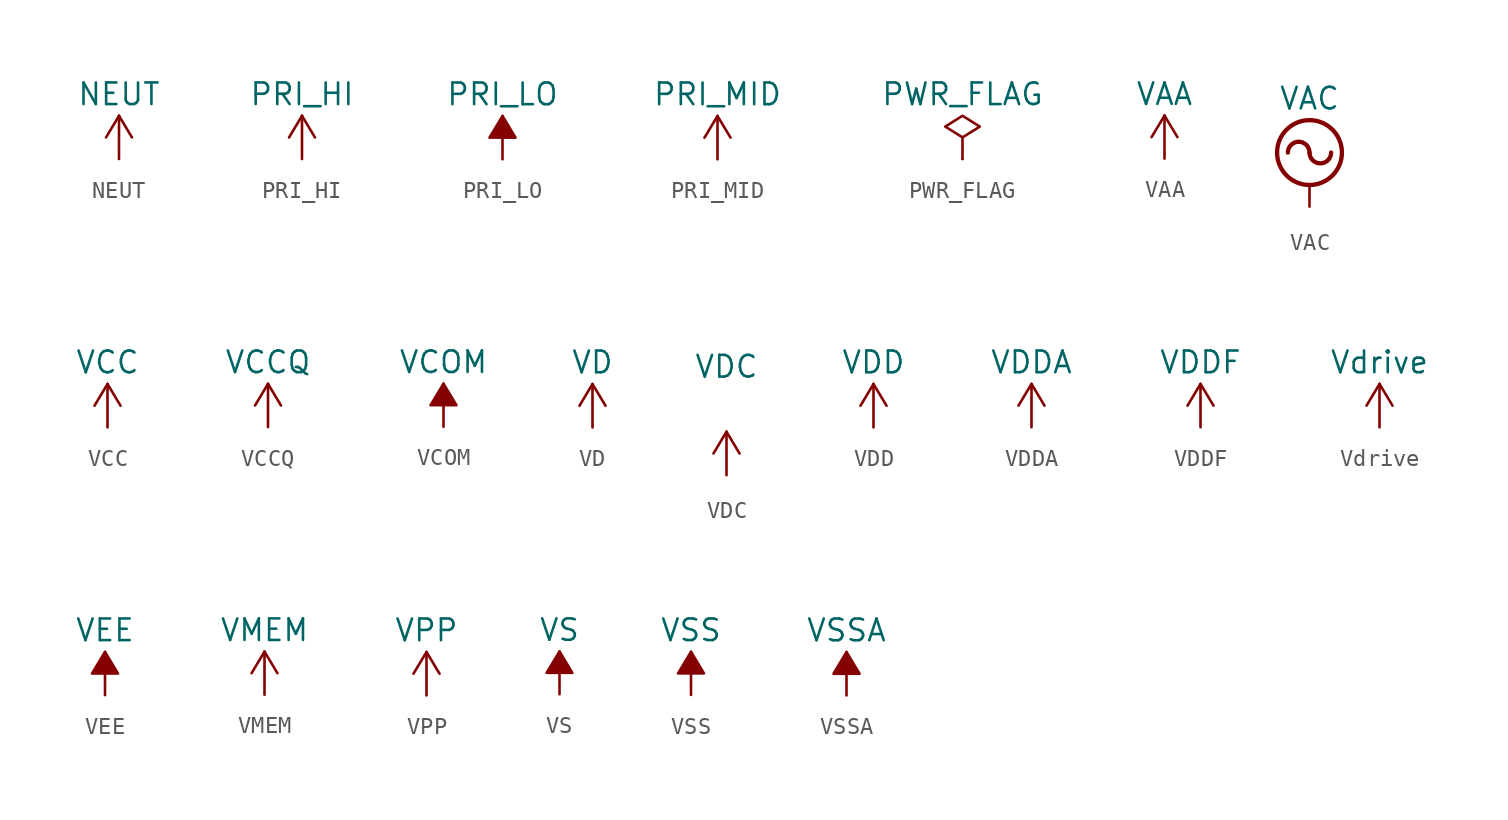
<source format=kicad_sym>
(kicad_symbol_lib
  (version 20201005)
  (generator kicad_symbol_editor)
  (symbol "power:NEUT"
    (power)
    (pin_names
      (offset 0))
    (property "Reference" "#PWR"
      (at 0 -3.81 0)
      (effects (font (size 1.27 1.27)) hide))
    (property "Value" "NEUT"
      (at 0 3.81 0)
      (effects (font (size 1.27 1.27))))
    (symbol "NEUT_0_1"
      (polyline (pts (xy -0.762 1.27) (xy 0 2.54)) (stroke (width 0)) (fill (type none)))
      (polyline (pts (xy 0 0) (xy 0 2.54)) (stroke (width 0)) (fill (type none)))
      (polyline (pts (xy 0 2.54) (xy 0.762 1.27)) (stroke (width 0)) (fill (type none))))
    (symbol "NEUT_1_1"
      (pin power_in line (at 0 0 90) (length 0) hide (name "NEUT" (effects (font (size 1.27 1.27)))) (number "1" (effects (font (size 1.27 1.27)))))))
  (symbol "power:PRI_HI"
    (power)
    (pin_names
      (offset 0))
    (property "Reference" "#PWR"
      (at 0 -3.81 0)
      (effects (font (size 1.27 1.27)) hide))
    (property "Value" "PRI_HI"
      (at 0 3.81 0)
      (effects (font (size 1.27 1.27))))
    (symbol "PRI_HI_0_1"
      (polyline (pts (xy -0.762 1.27) (xy 0 2.54)) (stroke (width 0)) (fill (type none)))
      (polyline (pts (xy 0 0) (xy 0 2.54)) (stroke (width 0)) (fill (type none)))
      (polyline (pts (xy 0 2.54) (xy 0.762 1.27)) (stroke (width 0)) (fill (type none))))
    (symbol "PRI_HI_1_1"
      (pin power_in line (at 0 0 90) (length 0) hide (name "PRI_HI" (effects (font (size 1.27 1.27)))) (number "1" (effects (font (size 1.27 1.27)))))))
  (symbol "power:PRI_LO"
    (power)
    (pin_names
      (offset 0))
    (property "Reference" "#PWR"
      (at 0 -3.81 0)
      (effects (font (size 1.27 1.27)) hide))
    (property "Value" "PRI_LO"
      (at 0 3.81 0)
      (effects (font (size 1.27 1.27))))
    (symbol "PRI_LO_0_1"
      (polyline (pts (xy 0 0) (xy 0 2.54)) (stroke (width 0)) (fill (type none)))
      (polyline (pts (xy 0.762 1.27) (xy -0.762 1.27) (xy 0 2.54) (xy 0.762 1.27)) (stroke (width 0)) (fill (type outline))))
    (symbol "PRI_LO_1_1"
      (pin power_in line (at 0 0 90) (length 0) hide (name "PRI_LO" (effects (font (size 1.27 1.27)))) (number "1" (effects (font (size 1.27 1.27)))))))
  (symbol "power:PRI_MID"
    (power)
    (pin_names
      (offset 0))
    (property "Reference" "#PWR"
      (at 0 -3.81 0)
      (effects (font (size 1.27 1.27)) hide))
    (property "Value" "PRI_MID"
      (at 0 3.81 0)
      (effects (font (size 1.27 1.27))))
    (symbol "PRI_MID_0_1"
      (polyline (pts (xy -0.762 1.27) (xy 0 2.54)) (stroke (width 0)) (fill (type none)))
      (polyline (pts (xy 0 0) (xy 0 2.54)) (stroke (width 0)) (fill (type none)))
      (polyline (pts (xy 0 2.54) (xy 0.762 1.27)) (stroke (width 0)) (fill (type none))))
    (symbol "PRI_MID_1_1"
      (pin power_in line (at 0 0 90) (length 0) hide (name "PRI_MID" (effects (font (size 1.27 1.27)))) (number "1" (effects (font (size 1.27 1.27)))))))
  (symbol "power:PWR_FLAG"
    (power)
    (pin_numbers hide)
    (pin_names
      (offset 0) hide)
    (property "Reference" "#FLG"
      (at 0 1.905 0)
      (effects (font (size 1.27 1.27)) hide))
    (property "Value" "PWR_FLAG"
      (at 0 3.81 0)
      (effects (font (size 1.27 1.27))))
    (symbol "PWR_FLAG_0_0"
      (pin power_out line (at 0 0 90) (length 0) (name "pwr" (effects (font (size 1.27 1.27)))) (number "1" (effects (font (size 1.27 1.27))))))
    (symbol "PWR_FLAG_0_1"
      (polyline (pts (xy 0 0) (xy 0 1.27) (xy -1.016 1.905) (xy 0 2.54) (xy 1.016 1.905) (xy 0 1.27)) (stroke (width 0)) (fill (type none)))))
  (symbol "power:VAA"
    (power)
    (pin_names
      (offset 0))
    (property "Reference" "#PWR"
      (at 0 -3.81 0)
      (effects (font (size 1.27 1.27)) hide))
    (property "Value" "VAA"
      (at 0 3.81 0)
      (effects (font (size 1.27 1.27))))
    (symbol "VAA_0_1"
      (polyline (pts (xy -0.762 1.27) (xy 0 2.54)) (stroke (width 0)) (fill (type none)))
      (polyline (pts (xy 0 0) (xy 0 2.54)) (stroke (width 0)) (fill (type none)))
      (polyline (pts (xy 0 2.54) (xy 0.762 1.27)) (stroke (width 0)) (fill (type none))))
    (symbol "VAA_1_1"
      (pin power_in line (at 0 0 90) (length 0) hide (name "VAA" (effects (font (size 1.27 1.27)))) (number "1" (effects (font (size 1.27 1.27)))))))
  (symbol "power:VAC"
    (power)
    (pin_names
      (offset 0))
    (property "Reference" "#PWR"
      (at 0 -2.54 0)
      (effects (font (size 1.27 1.27)) hide))
    (property "Value" "VAC"
      (at 0 6.35 0)
      (effects (font (size 1.27 1.27))))
    (symbol "VAC_0_1"
      (arc (start 0 3.175) (end -1.27 3.175) (radius (at -0.635 3.175) (length 0.635) (angles 0.1 179.9)) (stroke (width 0.254)) (fill (type none)))
      (arc (start 0 3.175) (end 1.27 3.175) (radius (at 0.635 3.175) (length 0.635) (angles -179.9 -0.1)) (stroke (width 0.254)) (fill (type none)))
      (circle (center 0 3.175) (radius 1.905) (stroke (width 0.254)) (fill (type none)))
      (polyline (pts (xy 0 0) (xy 0 1.27)) (stroke (width 0)) (fill (type none))))
    (symbol "VAC_1_1"
      (pin power_in line (at 0 0 90) (length 0) hide (name "VAC" (effects (font (size 1.27 1.27)))) (number "1" (effects (font (size 1.27 1.27)))))))
  (symbol "power:VCC"
    (power)
    (pin_names
      (offset 0))
    (property "Reference" "#PWR"
      (at 0 -3.81 0)
      (effects (font (size 1.27 1.27)) hide))
    (property "Value" "VCC"
      (at 0 3.81 0)
      (effects (font (size 1.27 1.27))))
    (symbol "VCC_0_1"
      (polyline (pts (xy -0.762 1.27) (xy 0 2.54)) (stroke (width 0)) (fill (type none)))
      (polyline (pts (xy 0 0) (xy 0 2.54)) (stroke (width 0)) (fill (type none)))
      (polyline (pts (xy 0 2.54) (xy 0.762 1.27)) (stroke (width 0)) (fill (type none))))
    (symbol "VCC_1_1"
      (pin power_in line (at 0 0 90) (length 0) hide (name "VCC" (effects (font (size 1.27 1.27)))) (number "1" (effects (font (size 1.27 1.27)))))))
  (symbol "power:VCCQ"
    (power)
    (pin_names
      (offset 0))
    (property "Reference" "#PWR"
      (at 0 -3.81 0)
      (effects (font (size 1.27 1.27)) hide))
    (property "Value" "VCCQ"
      (at 0 3.81 0)
      (effects (font (size 1.27 1.27))))
    (symbol "VCCQ_0_1"
      (polyline (pts (xy -0.762 1.27) (xy 0 2.54)) (stroke (width 0)) (fill (type none)))
      (polyline (pts (xy 0 0) (xy 0 2.54)) (stroke (width 0)) (fill (type none)))
      (polyline (pts (xy 0 2.54) (xy 0.762 1.27)) (stroke (width 0)) (fill (type none))))
    (symbol "VCCQ_1_1"
      (pin power_in line (at 0 0 90) (length 0) hide (name "VCCQ" (effects (font (size 1.27 1.27)))) (number "1" (effects (font (size 1.27 1.27)))))))
  (symbol "power:VCOM"
    (power)
    (pin_names
      (offset 0))
    (property "Reference" "#PWR"
      (at 0 -3.81 0)
      (effects (font (size 1.27 1.27)) hide))
    (property "Value" "VCOM"
      (at 0 3.81 0)
      (effects (font (size 1.27 1.27))))
    (symbol "VCOM_0_1"
      (polyline (pts (xy 0 0) (xy 0 2.54)) (stroke (width 0)) (fill (type none)))
      (polyline (pts (xy 0.762 1.27) (xy -0.762 1.27) (xy 0 2.54) (xy 0.762 1.27)) (stroke (width 0)) (fill (type outline))))
    (symbol "VCOM_1_1"
      (pin power_in line (at 0 0 90) (length 0) hide (name "VCOM" (effects (font (size 1.27 1.27)))) (number "1" (effects (font (size 1.27 1.27)))))))
  (symbol "power:VD"
    (power)
    (pin_names
      (offset 0))
    (property "Reference" "#PWR"
      (at 0 -3.81 0)
      (effects (font (size 1.27 1.27)) hide))
    (property "Value" "VD"
      (at 0 3.81 0)
      (effects (font (size 1.27 1.27))))
    (symbol "VD_0_1"
      (polyline (pts (xy -0.762 1.27) (xy 0 2.54)) (stroke (width 0)) (fill (type none)))
      (polyline (pts (xy 0 0) (xy 0 2.54)) (stroke (width 0)) (fill (type none)))
      (polyline (pts (xy 0 2.54) (xy 0.762 1.27)) (stroke (width 0)) (fill (type none))))
    (symbol "VD_1_1"
      (pin power_in line (at 0 0 90) (length 0) hide (name "VD" (effects (font (size 1.27 1.27)))) (number "1" (effects (font (size 1.27 1.27)))))))
  (symbol "power:VDC"
    (power)
    (pin_names
      (offset 0))
    (property "Reference" "#PWR"
      (at 0 -2.54 0)
      (effects (font (size 1.27 1.27)) hide))
    (property "Value" "VDC"
      (at 0 6.35 0)
      (effects (font (size 1.27 1.27))))
    (symbol "VDC_0_1"
      (polyline (pts (xy -0.762 1.27) (xy 0 2.54)) (stroke (width 0)) (fill (type none)))
      (polyline (pts (xy 0 0) (xy 0 2.54)) (stroke (width 0)) (fill (type none)))
      (polyline (pts (xy 0 2.54) (xy 0.762 1.27)) (stroke (width 0)) (fill (type none))))
    (symbol "VDC_1_1"
      (pin power_in line (at 0 0 90) (length 0) hide (name "VDC" (effects (font (size 1.27 1.27)))) (number "1" (effects (font (size 1.27 1.27)))))))
  (symbol "power:VDD"
    (power)
    (pin_names
      (offset 0))
    (property "Reference" "#PWR"
      (at 0 -3.81 0)
      (effects (font (size 1.27 1.27)) hide))
    (property "Value" "VDD"
      (at 0 3.81 0)
      (effects (font (size 1.27 1.27))))
    (symbol "VDD_0_1"
      (polyline (pts (xy -0.762 1.27) (xy 0 2.54)) (stroke (width 0)) (fill (type none)))
      (polyline (pts (xy 0 0) (xy 0 2.54)) (stroke (width 0)) (fill (type none)))
      (polyline (pts (xy 0 2.54) (xy 0.762 1.27)) (stroke (width 0)) (fill (type none))))
    (symbol "VDD_1_1"
      (pin power_in line (at 0 0 90) (length 0) hide (name "VDD" (effects (font (size 1.27 1.27)))) (number "1" (effects (font (size 1.27 1.27)))))))
  (symbol "power:VDDA"
    (power)
    (pin_names
      (offset 0))
    (property "Reference" "#PWR"
      (at 0 -3.81 0)
      (effects (font (size 1.27 1.27)) hide))
    (property "Value" "VDDA"
      (at 0 3.81 0)
      (effects (font (size 1.27 1.27))))
    (symbol "VDDA_0_1"
      (polyline (pts (xy -0.762 1.27) (xy 0 2.54)) (stroke (width 0)) (fill (type none)))
      (polyline (pts (xy 0 0) (xy 0 2.54)) (stroke (width 0)) (fill (type none)))
      (polyline (pts (xy 0 2.54) (xy 0.762 1.27)) (stroke (width 0)) (fill (type none))))
    (symbol "VDDA_1_1"
      (pin power_in line (at 0 0 90) (length 0) hide (name "VDDA" (effects (font (size 1.27 1.27)))) (number "1" (effects (font (size 1.27 1.27)))))))
  (symbol "power:VDDF"
    (power)
    (pin_names
      (offset 0))
    (property "Reference" "#PWR"
      (at 0 -3.81 0)
      (effects (font (size 1.27 1.27)) hide))
    (property "Value" "VDDF"
      (at 0 3.81 0)
      (effects (font (size 1.27 1.27))))
    (symbol "VDDF_0_1"
      (polyline (pts (xy -0.762 1.27) (xy 0 2.54)) (stroke (width 0)) (fill (type none)))
      (polyline (pts (xy 0 0) (xy 0 2.54)) (stroke (width 0)) (fill (type none)))
      (polyline (pts (xy 0 2.54) (xy 0.762 1.27)) (stroke (width 0)) (fill (type none))))
    (symbol "VDDF_1_1"
      (pin power_in line (at 0 0 90) (length 0) hide (name "VDDF" (effects (font (size 1.27 1.27)))) (number "1" (effects (font (size 1.27 1.27)))))))
  (symbol "power:Vdrive"
    (power)
    (pin_names
      (offset 0))
    (property "Reference" "#PWR"
      (at -5.08 -3.81 0)
      (effects (font (size 1.27 1.27)) hide))
    (property "Value" "Vdrive"
      (at 0 3.81 0)
      (effects (font (size 1.27 1.27))))
    (symbol "Vdrive_0_1"
      (polyline (pts (xy -0.762 1.27) (xy 0 2.54)) (stroke (width 0)) (fill (type none)))
      (polyline (pts (xy 0 0) (xy 0 2.54)) (stroke (width 0)) (fill (type none)))
      (polyline (pts (xy 0 2.54) (xy 0.762 1.27)) (stroke (width 0)) (fill (type none))))
    (symbol "Vdrive_1_1"
      (pin power_in line (at 0 0 90) (length 0) hide (name "Vdrive" (effects (font (size 1.27 1.27)))) (number "1" (effects (font (size 1.27 1.27)))))))
  (symbol "power:VEE"
    (power)
    (pin_names
      (offset 0))
    (property "Reference" "#PWR"
      (at 0 -3.81 0)
      (effects (font (size 1.27 1.27)) hide))
    (property "Value" "VEE"
      (at 0 3.81 0)
      (effects (font (size 1.27 1.27))))
    (symbol "VEE_0_1"
      (polyline (pts (xy 0 0) (xy 0 2.54)) (stroke (width 0)) (fill (type none)))
      (polyline (pts (xy 0.762 1.27) (xy -0.762 1.27) (xy 0 2.54) (xy 0.762 1.27)) (stroke (width 0)) (fill (type outline))))
    (symbol "VEE_1_1"
      (pin power_in line (at 0 0 90) (length 0) hide (name "VEE" (effects (font (size 1.27 1.27)))) (number "1" (effects (font (size 1.27 1.27)))))))
  (symbol "power:VMEM"
    (power)
    (pin_names
      (offset 0))
    (property "Reference" "#PWR"
      (at 0 -3.81 0)
      (effects (font (size 1.27 1.27)) hide))
    (property "Value" "VMEM"
      (at 0 3.81 0)
      (effects (font (size 1.27 1.27))))
    (symbol "VMEM_0_1"
      (polyline (pts (xy -0.762 1.27) (xy 0 2.54)) (stroke (width 0)) (fill (type none)))
      (polyline (pts (xy 0 0) (xy 0 2.54)) (stroke (width 0)) (fill (type none)))
      (polyline (pts (xy 0 2.54) (xy 0.762 1.27)) (stroke (width 0)) (fill (type none))))
    (symbol "VMEM_1_1"
      (pin power_in line (at 0 0 90) (length 0) hide (name "VMEM" (effects (font (size 1.27 1.27)))) (number "1" (effects (font (size 1.27 1.27)))))))
  (symbol "power:VPP"
    (power)
    (pin_names
      (offset 0))
    (property "Reference" "#PWR"
      (at 0 -3.81 0)
      (effects (font (size 1.27 1.27)) hide))
    (property "Value" "VPP"
      (at 0 3.81 0)
      (effects (font (size 1.27 1.27))))
    (symbol "VPP_0_1"
      (polyline (pts (xy -0.762 1.27) (xy 0 2.54)) (stroke (width 0)) (fill (type none)))
      (polyline (pts (xy 0 0) (xy 0 2.54)) (stroke (width 0)) (fill (type none)))
      (polyline (pts (xy 0 2.54) (xy 0.762 1.27)) (stroke (width 0)) (fill (type none))))
    (symbol "VPP_1_1"
      (pin power_in line (at 0 0 90) (length 0) hide (name "VPP" (effects (font (size 1.27 1.27)))) (number "1" (effects (font (size 1.27 1.27)))))))
  (symbol "power:VS"
    (power)
    (pin_names
      (offset 0))
    (property "Reference" "#PWR"
      (at -5.08 -3.81 0)
      (effects (font (size 1.27 1.27)) hide))
    (property "Value" "VS"
      (at 0 3.81 0)
      (effects (font (size 1.27 1.27))))
    (symbol "VS_0_1"
      (polyline (pts (xy 0 0) (xy 0 2.54)) (stroke (width 0)) (fill (type none)))
      (polyline (pts (xy 0.762 1.27) (xy -0.762 1.27) (xy 0 2.54) (xy 0.762 1.27)) (stroke (width 0)) (fill (type outline))))
    (symbol "VS_1_1"
      (pin power_in line (at 0 0 90) (length 0) hide (name "VS" (effects (font (size 1.27 1.27)))) (number "1" (effects (font (size 1.27 1.27)))))))
  (symbol "power:VSS"
    (power)
    (pin_names
      (offset 0))
    (property "Reference" "#PWR"
      (at 0 -3.81 0)
      (effects (font (size 1.27 1.27)) hide))
    (property "Value" "VSS"
      (at 0 3.81 0)
      (effects (font (size 1.27 1.27))))
    (symbol "VSS_0_1"
      (polyline (pts (xy 0 0) (xy 0 2.54)) (stroke (width 0)) (fill (type none)))
      (polyline (pts (xy 0.762 1.27) (xy -0.762 1.27) (xy 0 2.54) (xy 0.762 1.27)) (stroke (width 0)) (fill (type outline))))
    (symbol "VSS_1_1"
      (pin power_in line (at 0 0 90) (length 0) hide (name "VSS" (effects (font (size 1.27 1.27)))) (number "1" (effects (font (size 1.27 1.27)))))))
  (symbol "power:VSSA"
    (power)
    (pin_names
      (offset 0))
    (property "Reference" "#PWR"
      (at 0 -3.81 0)
      (effects (font (size 1.27 1.27)) hide))
    (property "Value" "VSSA"
      (at 0 3.81 0)
      (effects (font (size 1.27 1.27))))
    (symbol "VSSA_0_1"
      (polyline (pts (xy 0 0) (xy 0 2.54)) (stroke (width 0)) (fill (type none)))
      (polyline (pts (xy 0.762 1.27) (xy -0.762 1.27) (xy 0 2.54) (xy 0.762 1.27)) (stroke (width 0)) (fill (type outline))))
    (symbol "VSSA_1_1"
      (pin power_in line (at 0 0 90) (length 0) hide (name "VSSA" (effects (font (size 1.27 1.27)))) (number "1" (effects (font (size 1.27 1.27))))))))
</source>
